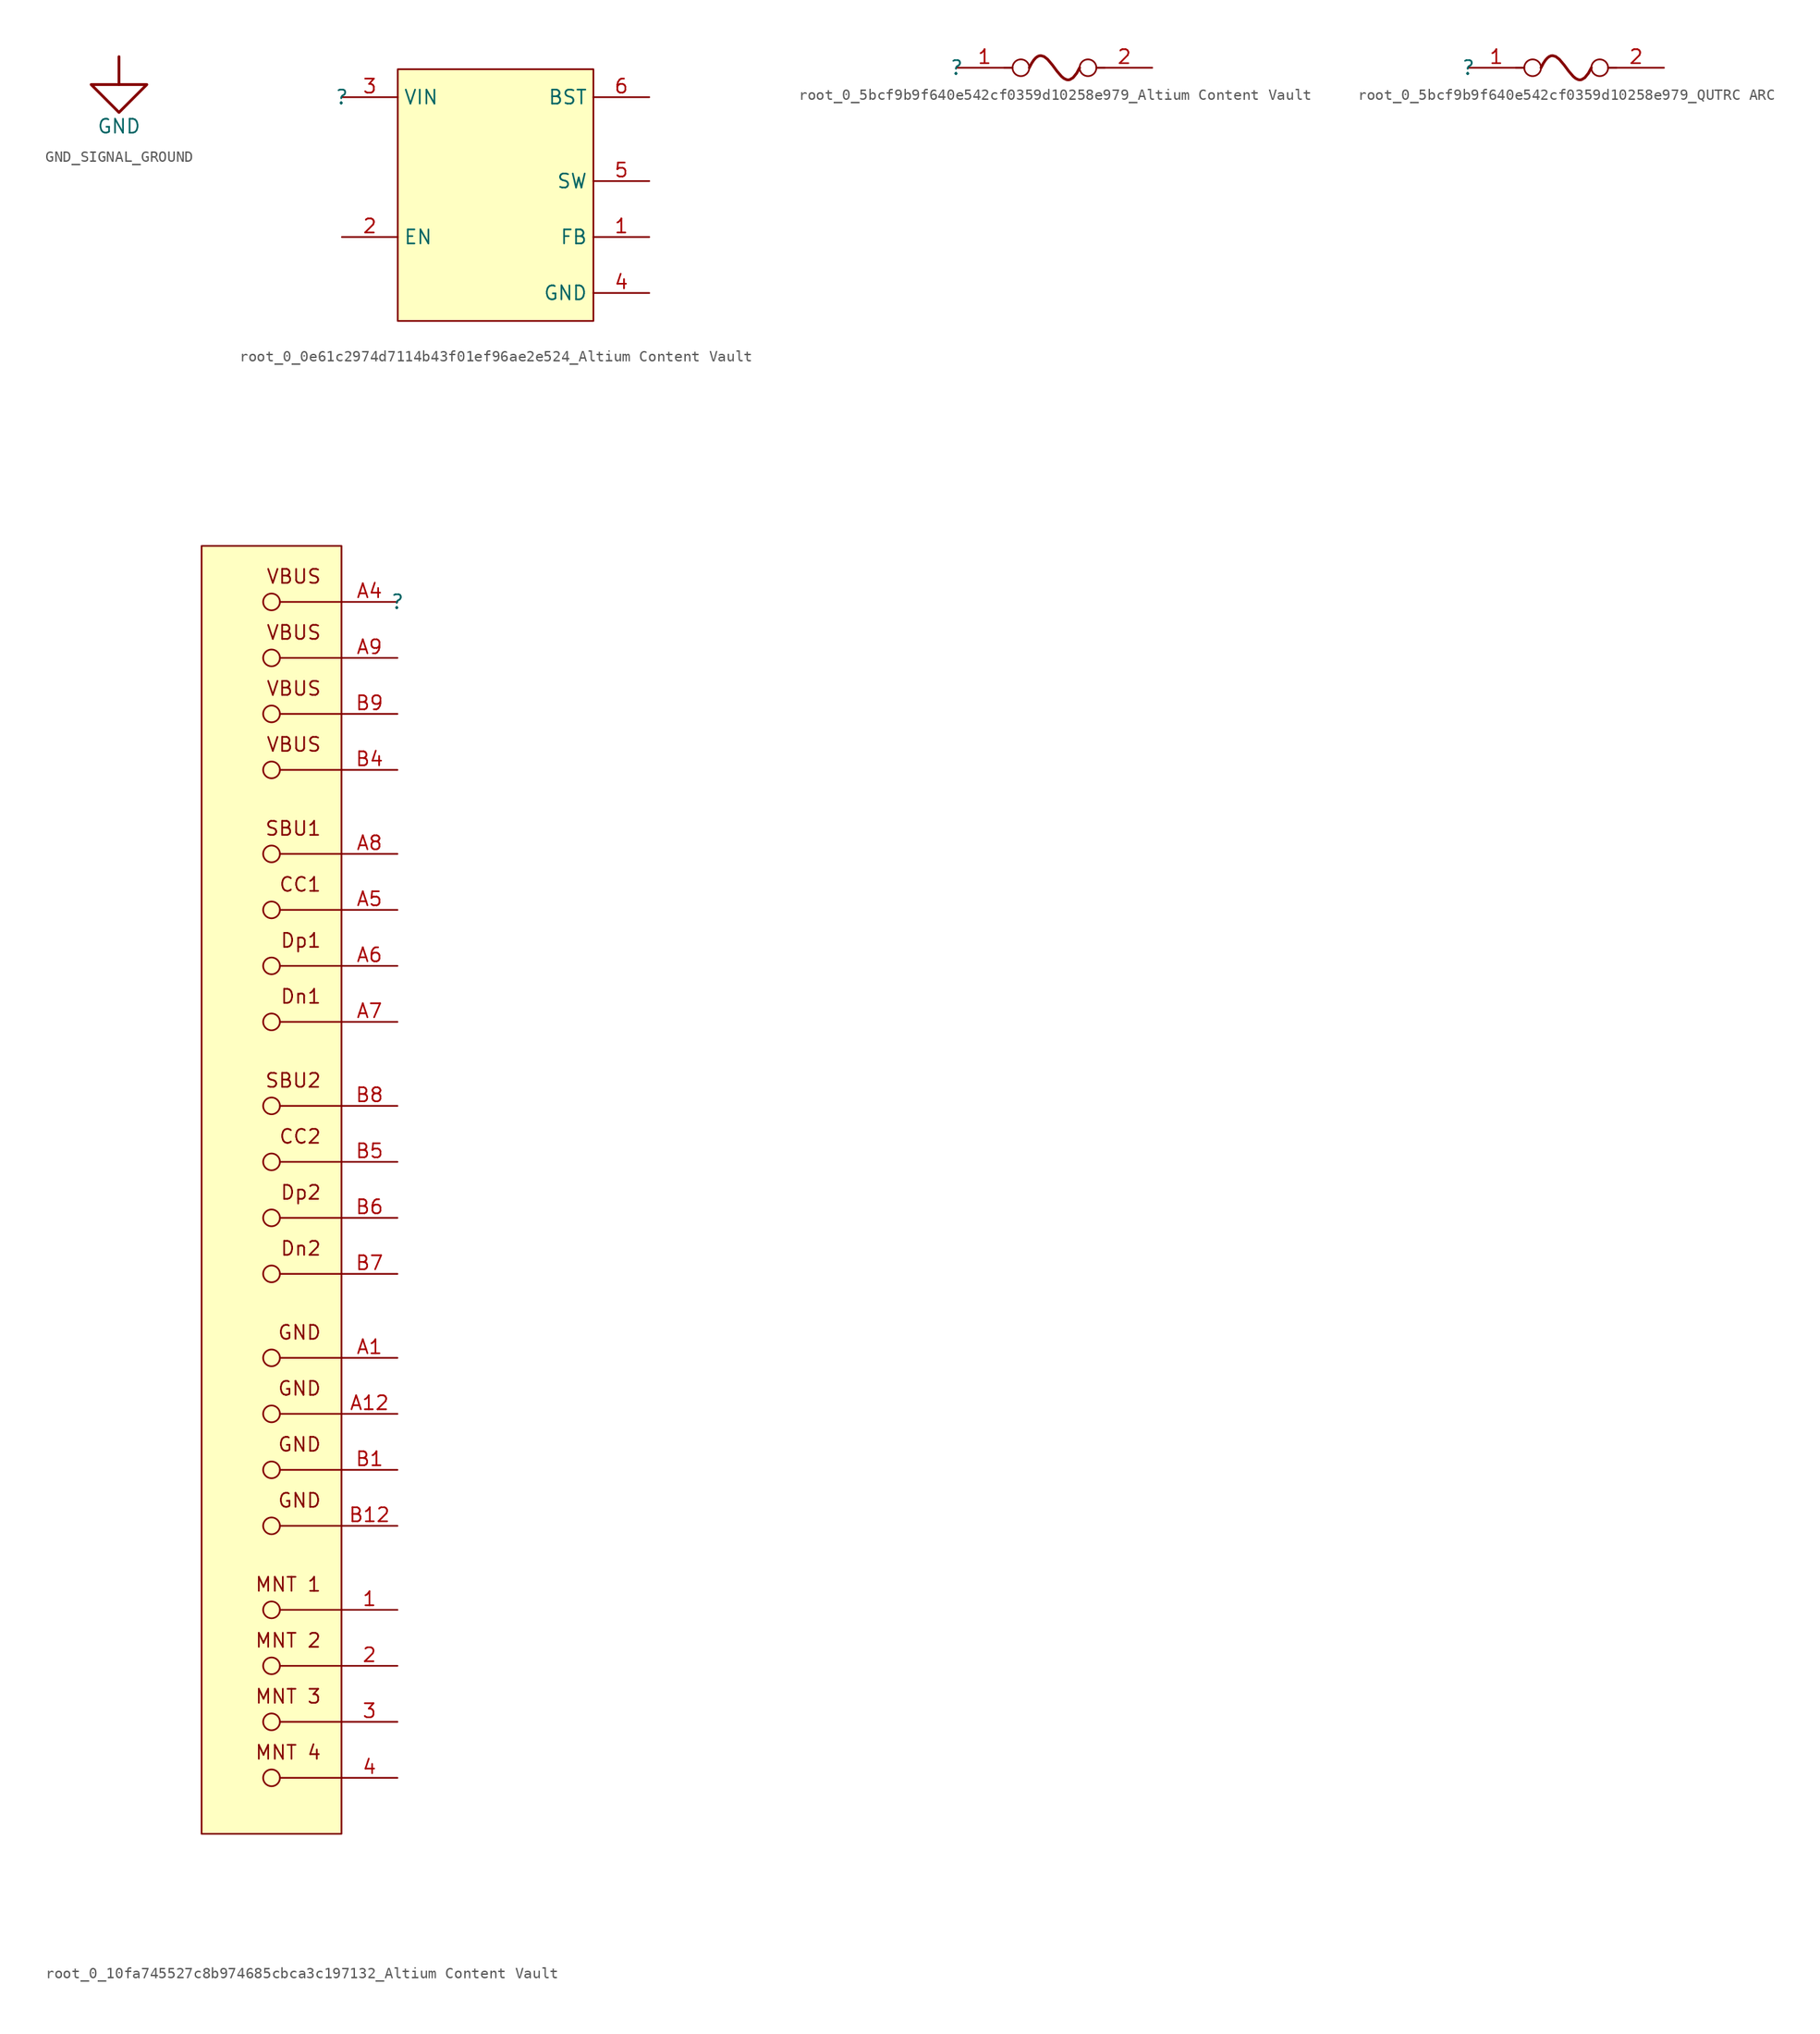
<source format=kicad_sym>
(kicad_symbol_lib
  (version 20241209)
  (generator "kicad_symbol_editor")
  (generator_version "9.99")
  (symbol "GND_SIGNAL_GROUND"
    (power)
    (property "Reference" "#PWR"
      (at 0 0 0)
      (hide yes)
      (effects (font (size 1.27 1.27))))
    (property "Value" "GND"
      (at 0 -6.35 0)
      (effects (font (size 1.27 1.27))))
    (symbol "GND_SIGNAL_GROUND_0_0"
      (polyline (pts (xy -2.54 -2.54) (xy 2.54 -2.54) (xy 0 -5.08) (xy -2.54 -2.54)) (stroke (width 0.254) (type solid)) (fill (type none)))
      (polyline (pts (xy 0 0) (xy 0 -2.54)) (stroke (width 0.254) (type solid)) (fill (type none)))
      (pin power_in line (at 0 0 0) (length 0) (hide yes) (name "GND" (effects (font (size 1.27 1.27)))) (number "" (effects (font (size 1.27 1.27)))))))
  (symbol "root_0_0e61c2974d7114b43f01ef96ae2e524_Altium Content Vault"
    (property "Reference" ""
      (at 0 0 0)
      (effects (font (size 1.27 1.27))))
    (property "Value" ""
      (at 0 0 0)
      (effects (font (size 1.27 1.27))))
    (symbol "root_0_0e61c2974d7114b43f01ef96ae2e524_Altium Content Vault_1_0"
      (rectangle (start 22.86 2.54) (end 5.08 -20.32) (stroke (width 0) (type solid) (color 128 0 0 1)) (fill (type background)))
      (pin power_in line (at 0 0 0) (length 5.08) (name "VIN" (effects (font (size 1.27 1.27)))) (number "3" (effects (font (size 1.27 1.27)))))
      (pin input line (at 0 -12.7 0) (length 5.08) (name "EN" (effects (font (size 1.27 1.27)))) (number "2" (effects (font (size 1.27 1.27)))))
      (pin passive line (at 27.94 0 180) (length 5.08) (name "BST" (effects (font (size 1.27 1.27)))) (number "6" (effects (font (size 1.27 1.27)))))
      (pin passive line (at 27.94 -7.62 180) (length 5.08) (name "SW" (effects (font (size 1.27 1.27)))) (number "5" (effects (font (size 1.27 1.27)))))
      (pin passive line (at 27.94 -12.7 180) (length 5.08) (name "FB" (effects (font (size 1.27 1.27)))) (number "1" (effects (font (size 1.27 1.27)))))
      (pin power_in line (at 27.94 -17.78 180) (length 5.08) (name "GND" (effects (font (size 1.27 1.27)))) (number "4" (effects (font (size 1.27 1.27)))))))
  (symbol "root_0_5bcf9b9f640e542cf0359d10258e979_Altium Content Vault"
    (pin_names
      (hide yes))
    (property "Reference" ""
      (at 0 0 0)
      (effects (font (size 1.27 1.27))))
    (property "Value" ""
      (at 0 0 0)
      (effects (font (size 1.27 1.27))))
    (symbol "root_0_5bcf9b9f640e542cf0359d10258e979_Altium Content Vault_1_0"
      (polyline (pts (xy 5.08 0) (xy 4.318 0)) (stroke (width 0) (type solid)) (fill (type none)))
      (circle (center 5.842 0) (radius 0.762) (stroke (width 0) (type solid)) (fill (type none)))
      (bezier (pts (xy 6.604 0) (xy 8.382 3.81) (xy 9.398 -3.81) (xy 11.176 0)) (stroke (width 0.254) (type solid)) (fill (type none)))
      (circle (center 11.938 0) (radius 0.762) (stroke (width 0) (type solid)) (fill (type none)))
      (polyline (pts (xy 12.7 0) (xy 13.462 0)) (stroke (width 0) (type solid)) (fill (type none)))
      (pin passive line (at 0 0 0) (length 5.08) (name "1" (effects (font (size 1.27 1.27)))) (number "1" (effects (font (size 1.27 1.27)))))
      (pin passive line (at 17.78 0 180) (length 5.08) (name "2" (effects (font (size 1.27 1.27)))) (number "2" (effects (font (size 1.27 1.27)))))))
  (symbol "root_0_5bcf9b9f640e542cf0359d10258e979_QUTRC ARC"
    (pin_names
      (hide yes))
    (property "Reference" ""
      (at 0 0 0)
      (effects (font (size 1.27 1.27))))
    (property "Value" ""
      (at 0 0 0)
      (effects (font (size 1.27 1.27))))
    (symbol "root_0_5bcf9b9f640e542cf0359d10258e979_QUTRC ARC_1_0"
      (polyline (pts (xy 5.08 0) (xy 4.318 0)) (stroke (width 0) (type solid)) (fill (type none)))
      (circle (center 5.842 0) (radius 0.762) (stroke (width 0) (type solid)) (fill (type none)))
      (bezier (pts (xy 6.604 0) (xy 8.382 3.81) (xy 9.398 -3.81) (xy 11.176 0)) (stroke (width 0.254) (type solid)) (fill (type none)))
      (circle (center 11.938 0) (radius 0.762) (stroke (width 0) (type solid)) (fill (type none)))
      (polyline (pts (xy 12.7 0) (xy 13.462 0)) (stroke (width 0) (type solid)) (fill (type none)))
      (pin passive line (at 0 0 0) (length 5.08) (name "1" (effects (font (size 1.27 1.27)))) (number "1" (effects (font (size 1.27 1.27)))))
      (pin passive line (at 17.78 0 180) (length 5.08) (name "2" (effects (font (size 1.27 1.27)))) (number "2" (effects (font (size 1.27 1.27)))))))
  (symbol "root_0_10fa745527c8b974685cbca3c197132_Altium Content Vault"
    (pin_names
      (hide yes))
    (property "Reference" ""
      (at 0 0 0)
      (effects (font (size 1.27 1.27))))
    (property "Value" ""
      (at 0 0 0)
      (effects (font (size 1.27 1.27))))
    (symbol "root_0_10fa745527c8b974685cbca3c197132_Altium Content Vault_1_0"
      (circle (center -11.43 0) (radius 0.762) (stroke (width 0) (type solid)) (fill (type none)))
      (circle (center -11.43 -5.08) (radius 0.762) (stroke (width 0) (type solid)) (fill (type none)))
      (circle (center -11.43 -10.16) (radius 0.762) (stroke (width 0) (type solid)) (fill (type none)))
      (circle (center -11.43 -15.24) (radius 0.762) (stroke (width 0) (type solid)) (fill (type none)))
      (circle (center -11.43 -22.86) (radius 0.762) (stroke (width 0) (type solid)) (fill (type none)))
      (circle (center -11.43 -27.94) (radius 0.762) (stroke (width 0) (type solid)) (fill (type none)))
      (circle (center -11.43 -33.02) (radius 0.762) (stroke (width 0) (type solid)) (fill (type none)))
      (circle (center -11.43 -38.1) (radius 0.762) (stroke (width 0) (type solid)) (fill (type none)))
      (circle (center -11.43 -45.72) (radius 0.762) (stroke (width 0) (type solid)) (fill (type none)))
      (circle (center -11.43 -50.8) (radius 0.762) (stroke (width 0) (type solid)) (fill (type none)))
      (circle (center -11.43 -55.88) (radius 0.762) (stroke (width 0) (type solid)) (fill (type none)))
      (circle (center -11.43 -60.96) (radius 0.762) (stroke (width 0) (type solid)) (fill (type none)))
      (circle (center -11.43 -68.58) (radius 0.762) (stroke (width 0) (type solid)) (fill (type none)))
      (circle (center -11.43 -73.66) (radius 0.762) (stroke (width 0) (type solid)) (fill (type none)))
      (circle (center -11.43 -78.74) (radius 0.762) (stroke (width 0) (type solid)) (fill (type none)))
      (circle (center -11.43 -83.82) (radius 0.762) (stroke (width 0) (type solid)) (fill (type none)))
      (circle (center -11.43 -91.44) (radius 0.762) (stroke (width 0) (type solid)) (fill (type none)))
      (circle (center -11.43 -96.52) (radius 0.762) (stroke (width 0) (type solid)) (fill (type none)))
      (circle (center -11.43 -101.6) (radius 0.762) (stroke (width 0) (type solid)) (fill (type none)))
      (circle (center -11.43 -106.68) (radius 0.762) (stroke (width 0) (type solid)) (fill (type none)))
      (polyline (pts (xy -10.668 0) (xy -5.08 0)) (stroke (width 0) (type solid)) (fill (type none)))
      (polyline (pts (xy -10.668 -5.08) (xy -5.08 -5.08)) (stroke (width 0) (type solid)) (fill (type none)))
      (polyline (pts (xy -10.668 -10.16) (xy -5.08 -10.16)) (stroke (width 0) (type solid)) (fill (type none)))
      (polyline (pts (xy -10.668 -15.24) (xy -5.08 -15.24)) (stroke (width 0) (type solid)) (fill (type none)))
      (polyline (pts (xy -10.668 -22.86) (xy -5.08 -22.86)) (stroke (width 0) (type solid)) (fill (type none)))
      (polyline (pts (xy -10.668 -27.94) (xy -5.08 -27.94)) (stroke (width 0) (type solid)) (fill (type none)))
      (polyline (pts (xy -10.668 -33.02) (xy -5.08 -33.02)) (stroke (width 0) (type solid)) (fill (type none)))
      (polyline (pts (xy -10.668 -38.1) (xy -5.08 -38.1)) (stroke (width 0) (type solid)) (fill (type none)))
      (polyline (pts (xy -10.668 -45.72) (xy -5.08 -45.72)) (stroke (width 0) (type solid)) (fill (type none)))
      (polyline (pts (xy -10.668 -50.8) (xy -5.08 -50.8)) (stroke (width 0) (type solid)) (fill (type none)))
      (polyline (pts (xy -10.668 -55.88) (xy -5.08 -55.88)) (stroke (width 0) (type solid)) (fill (type none)))
      (polyline (pts (xy -10.668 -60.96) (xy -5.08 -60.96)) (stroke (width 0) (type solid)) (fill (type none)))
      (polyline (pts (xy -10.668 -68.58) (xy -5.08 -68.58)) (stroke (width 0) (type solid)) (fill (type none)))
      (polyline (pts (xy -10.668 -73.66) (xy -5.08 -73.66)) (stroke (width 0) (type solid)) (fill (type none)))
      (polyline (pts (xy -10.668 -78.74) (xy -5.08 -78.74)) (stroke (width 0) (type solid)) (fill (type none)))
      (polyline (pts (xy -10.668 -83.82) (xy -5.08 -83.82)) (stroke (width 0) (type solid)) (fill (type none)))
      (polyline (pts (xy -10.668 -91.44) (xy -5.08 -91.44)) (stroke (width 0) (type solid)) (fill (type none)))
      (polyline (pts (xy -10.668 -96.52) (xy -5.08 -96.52)) (stroke (width 0) (type solid)) (fill (type none)))
      (polyline (pts (xy -10.668 -101.6) (xy -5.08 -101.6)) (stroke (width 0) (type solid)) (fill (type none)))
      (polyline (pts (xy -10.668 -106.68) (xy -5.08 -106.68)) (stroke (width 0) (type solid)) (fill (type none)))
      (rectangle (start -5.08 5.08) (end -17.78 -111.76) (stroke (width 0) (type solid) (color 128 0 0 1)) (fill (type background)))
      (text "VBUS" (at -6.858 3.048 0) (effects (font (size 1.27 1.27)) (justify right top)))
      (text "VBUS" (at -6.858 -2.032 0) (effects (font (size 1.27 1.27)) (justify right top)))
      (text "VBUS" (at -6.858 -7.112 0) (effects (font (size 1.27 1.27)) (justify right top)))
      (text "VBUS" (at -6.858 -12.192 0) (effects (font (size 1.27 1.27)) (justify right top)))
      (text "SBU1" (at -6.858 -19.812 0) (effects (font (size 1.27 1.27)) (justify right top)))
      (text "CC1" (at -6.858 -24.892 0) (effects (font (size 1.27 1.27)) (justify right top)))
      (text "Dp1" (at -6.858 -29.972 0) (effects (font (size 1.27 1.27)) (justify right top)))
      (text "Dn1" (at -6.858 -35.052 0) (effects (font (size 1.27 1.27)) (justify right top)))
      (text "SBU2" (at -6.858 -42.672 0) (effects (font (size 1.27 1.27)) (justify right top)))
      (text "CC2" (at -6.858 -47.752 0) (effects (font (size 1.27 1.27)) (justify right top)))
      (text "Dp2" (at -6.858 -52.832 0) (effects (font (size 1.27 1.27)) (justify right top)))
      (text "Dn2" (at -6.858 -57.912 0) (effects (font (size 1.27 1.27)) (justify right top)))
      (text "GND" (at -6.858 -65.532 0) (effects (font (size 1.27 1.27)) (justify right top)))
      (text "GND" (at -6.858 -70.612 0) (effects (font (size 1.27 1.27)) (justify right top)))
      (text "GND" (at -6.858 -75.692 0) (effects (font (size 1.27 1.27)) (justify right top)))
      (text "GND" (at -6.858 -80.772 0) (effects (font (size 1.27 1.27)) (justify right top)))
      (text "MNT 1" (at -6.858 -88.392 0) (effects (font (size 1.27 1.27)) (justify right top)))
      (text "MNT 2" (at -6.858 -93.472 0) (effects (font (size 1.27 1.27)) (justify right top)))
      (text "MNT 3" (at -6.858 -98.552 0) (effects (font (size 1.27 1.27)) (justify right top)))
      (text "MNT 4" (at -6.858 -103.632 0) (effects (font (size 1.27 1.27)) (justify right top)))
      (pin power_in line (at 0 0 180) (length 5.08) (name "VBUS" (effects (font (size 1.27 1.27)))) (number "A4" (effects (font (size 1.27 1.27)))))
      (pin power_in line (at 0 -5.08 180) (length 5.08) (name "VBUS" (effects (font (size 1.27 1.27)))) (number "A9" (effects (font (size 1.27 1.27)))))
      (pin power_in line (at 0 -10.16 180) (length 5.08) (name "VBUS" (effects (font (size 1.27 1.27)))) (number "B9" (effects (font (size 1.27 1.27)))))
      (pin power_in line (at 0 -15.24 180) (length 5.08) (name "VBUS" (effects (font (size 1.27 1.27)))) (number "B4" (effects (font (size 1.27 1.27)))))
      (pin bidirectional line (at 0 -22.86 180) (length 5.08) (name "SBU1" (effects (font (size 1.27 1.27)))) (number "A8" (effects (font (size 1.27 1.27)))))
      (pin bidirectional line (at 0 -27.94 180) (length 5.08) (name "CC1" (effects (font (size 1.27 1.27)))) (number "A5" (effects (font (size 1.27 1.27)))))
      (pin bidirectional line (at 0 -33.02 180) (length 5.08) (name "Dp1" (effects (font (size 1.27 1.27)))) (number "A6" (effects (font (size 1.27 1.27)))))
      (pin bidirectional line (at 0 -38.1 180) (length 5.08) (name "Dn1" (effects (font (size 1.27 1.27)))) (number "A7" (effects (font (size 1.27 1.27)))))
      (pin bidirectional line (at 0 -45.72 180) (length 5.08) (name "SBU2" (effects (font (size 1.27 1.27)))) (number "B8" (effects (font (size 1.27 1.27)))))
      (pin bidirectional line (at 0 -50.8 180) (length 5.08) (name "CC2" (effects (font (size 1.27 1.27)))) (number "B5" (effects (font (size 1.27 1.27)))))
      (pin bidirectional line (at 0 -55.88 180) (length 5.08) (name "Dp2" (effects (font (size 1.27 1.27)))) (number "B6" (effects (font (size 1.27 1.27)))))
      (pin bidirectional line (at 0 -60.96 180) (length 5.08) (name "Dn2" (effects (font (size 1.27 1.27)))) (number "B7" (effects (font (size 1.27 1.27)))))
      (pin power_in line (at 0 -68.58 180) (length 5.08) (name "GND" (effects (font (size 1.27 1.27)))) (number "A1" (effects (font (size 1.27 1.27)))))
      (pin power_in line (at 0 -73.66 180) (length 5.08) (name "GND" (effects (font (size 1.27 1.27)))) (number "A12" (effects (font (size 1.27 1.27)))))
      (pin power_in line (at 0 -78.74 180) (length 5.08) (name "GND" (effects (font (size 1.27 1.27)))) (number "B1" (effects (font (size 1.27 1.27)))))
      (pin power_in line (at 0 -83.82 180) (length 5.08) (name "GND" (effects (font (size 1.27 1.27)))) (number "B12" (effects (font (size 1.27 1.27)))))
      (pin passive line (at 0 -91.44 180) (length 5.08) (name "MNT_1" (effects (font (size 1.27 1.27)))) (number "1" (effects (font (size 1.27 1.27)))))
      (pin passive line (at 0 -96.52 180) (length 5.08) (name "MNT_2" (effects (font (size 1.27 1.27)))) (number "2" (effects (font (size 1.27 1.27)))))
      (pin passive line (at 0 -101.6 180) (length 5.08) (name "MNT_3" (effects (font (size 1.27 1.27)))) (number "3" (effects (font (size 1.27 1.27)))))
      (pin passive line (at 0 -106.68 180) (length 5.08) (name "MNT_4" (effects (font (size 1.27 1.27)))) (number "4" (effects (font (size 1.27 1.27))))))))
</source>
